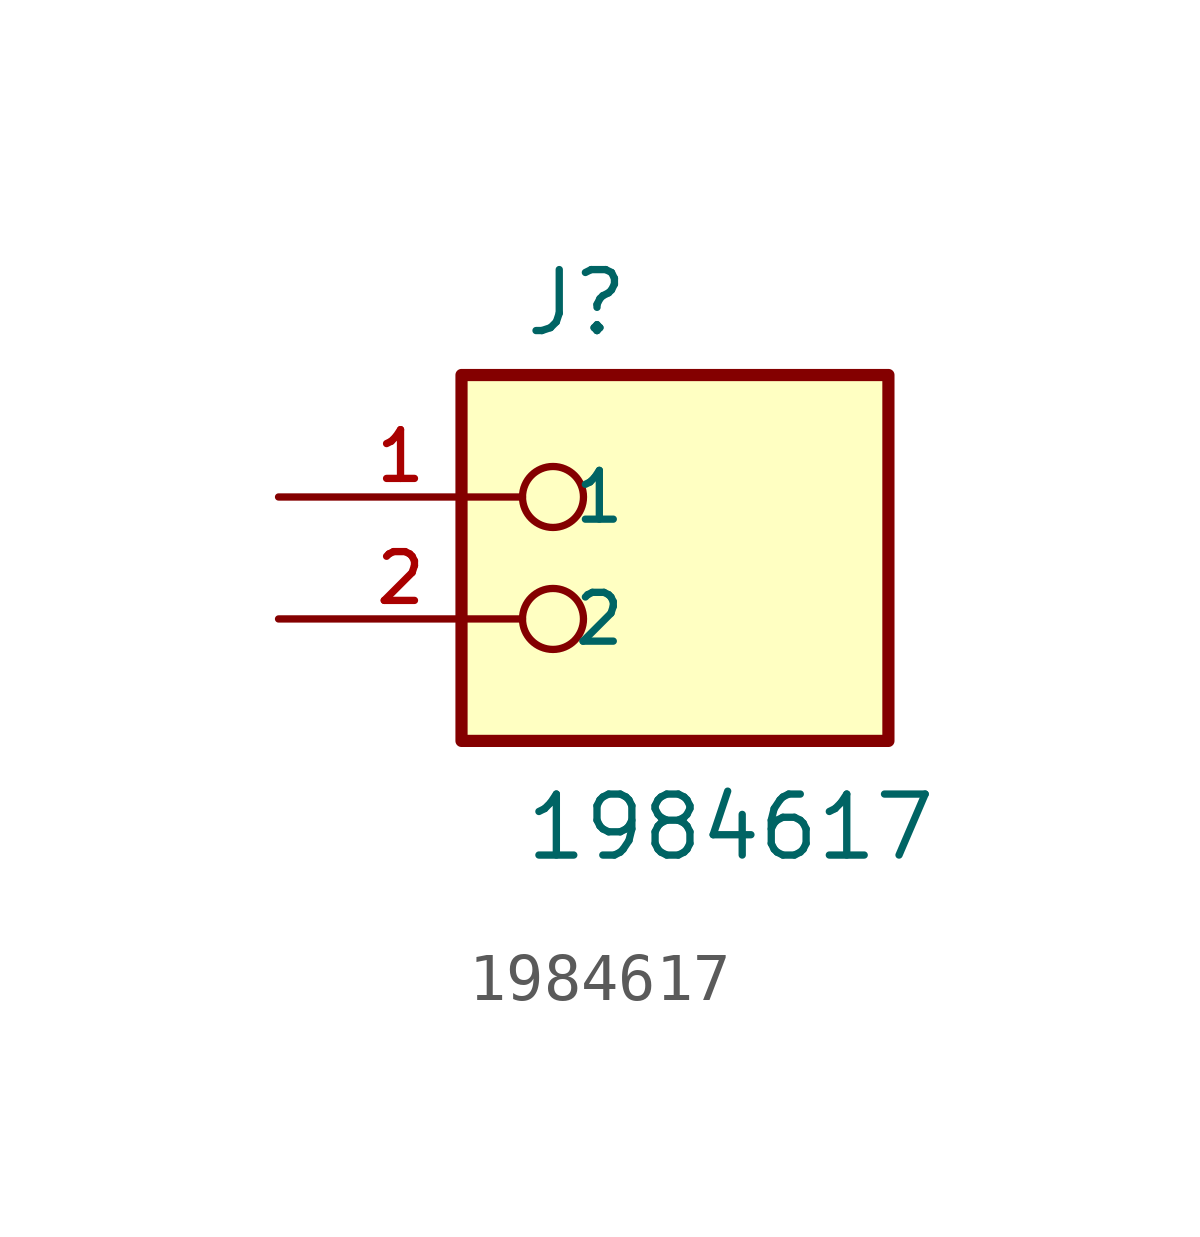
<source format=kicad_sym>
(kicad_symbol_lib
  (version 20211014)
  (generator kicad_symbol_editor)
  (symbol "1984617"
    (pin_names
      (offset 1.016))
    (property "Reference" "J"
      (at -2.54 3.302 0)
      (effects (font (size 1.27 1.27)) (justify bottom left)))
    (property "Value" "1984617"
      (at -2.54 -7.62 0)
      (effects (font (size 1.27 1.27)) (justify bottom left)))
    (symbol "1984617_0_0"
      (circle (center -1.905 0.0) (radius 0.635) (stroke (width 0.152)) (fill (type none)))
      (circle (center -1.905 -2.54) (radius 0.635) (stroke (width 0.152)) (fill (type none)))
      (rectangle (start -3.81 -5.08) (end 5.08 2.54) (stroke (width 0.254)) (fill (type background)))
      (pin passive line (at -7.62 0.0 0) (length 5.08) (name "1" (effects (font (size 1.016 1.016)))) (number "1" (effects (font (size 1.016 1.016)))))
      (pin passive line (at -7.62 -2.54 0) (length 5.08) (name "2" (effects (font (size 1.016 1.016)))) (number "2" (effects (font (size 1.016 1.016))))))))
</source>
